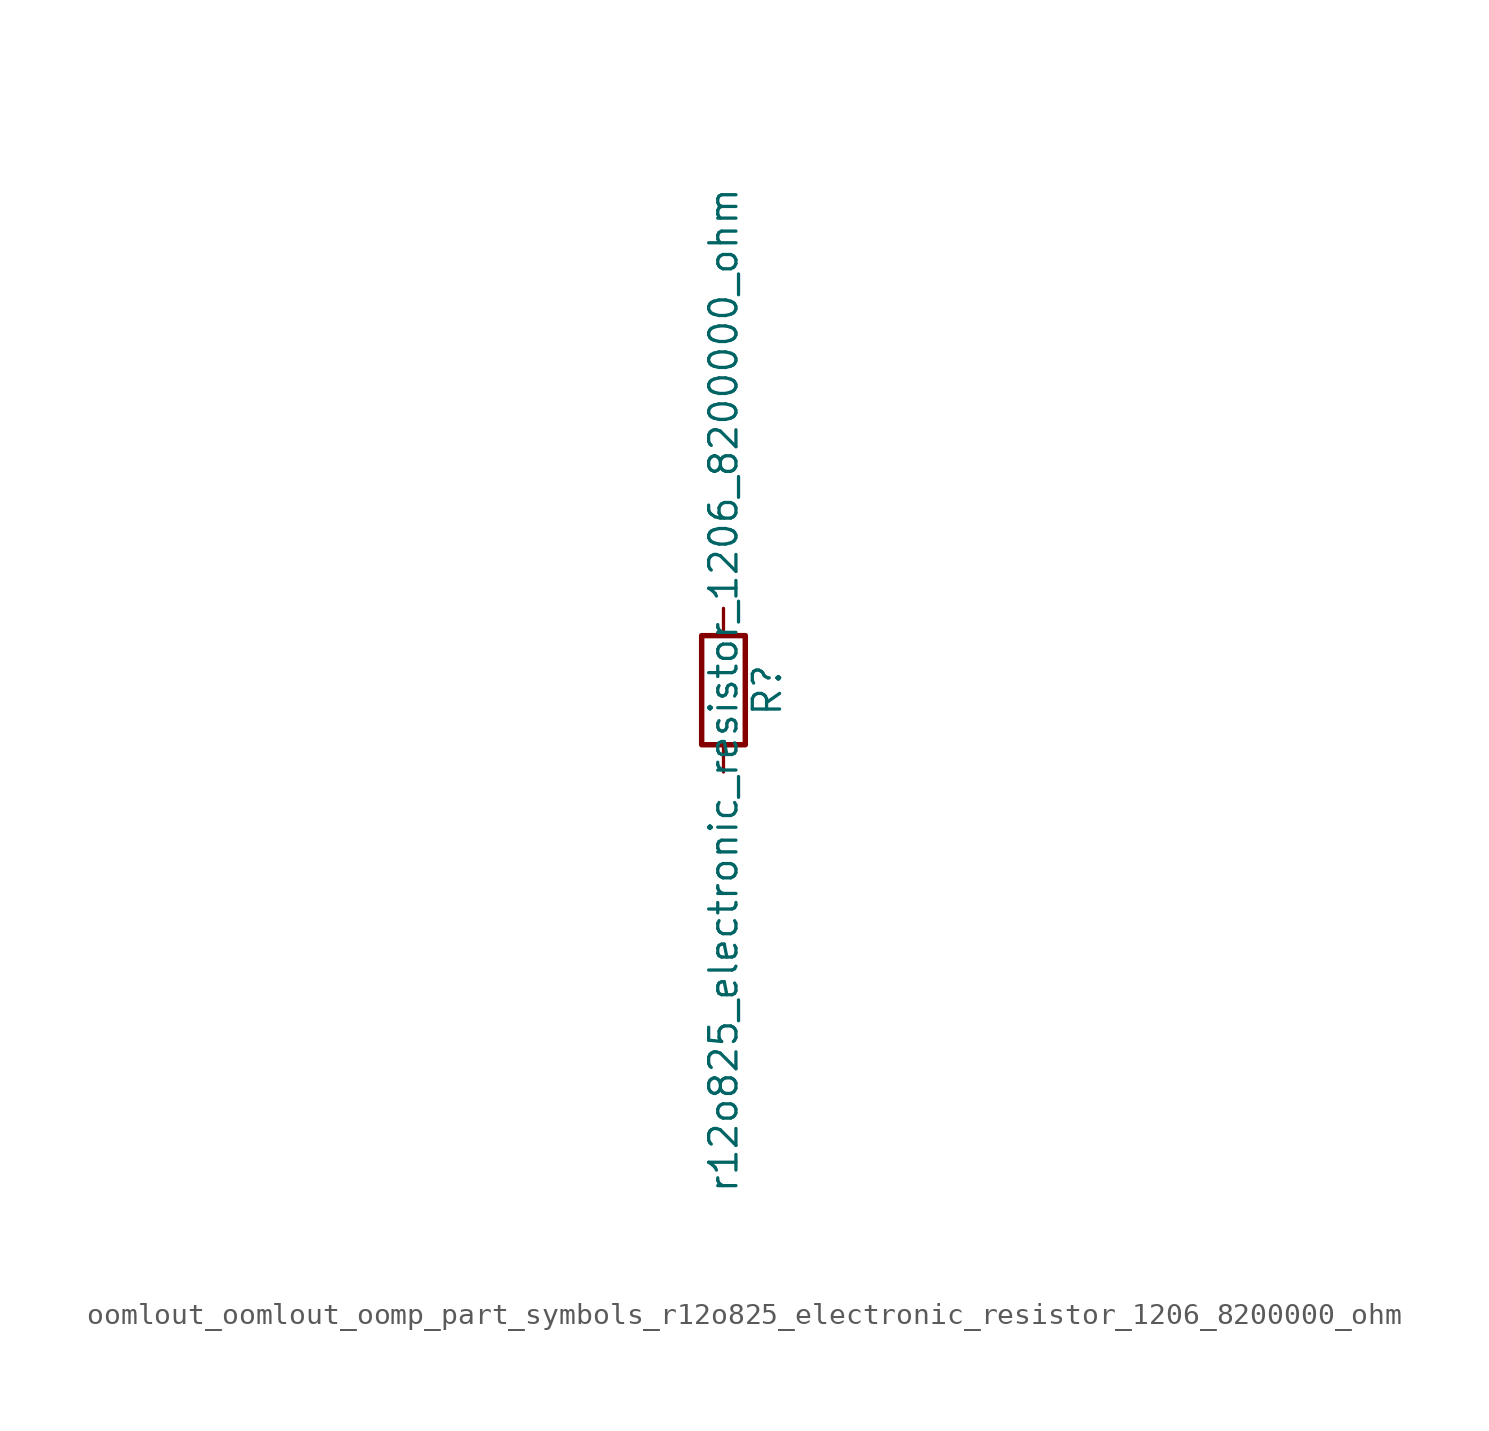
<source format=kicad_sym>
(kicad_symbol_lib
  (version 20220914)
  (generator kicad_symbol_editor)
  (symbol "oomlout_oomlout_oomp_part_symbols_r12o825_electronic_resistor_1206_8200000_ohm"
    (pin_numbers hide)
    (pin_names
      (offset 0))
    (property "Reference" "R"
      (at 2.032 0 90)
      (effects (font (size 1.27 1.27))))
    (property "Value" "r12o825_electronic_resistor_1206_8200000_ohm"
      (at 0 0 90)
      (effects (font (size 1.27 1.27))))
    (symbol "oomlout_oomlout_oomp_part_symbols_r12o825_electronic_resistor_1206_8200000_ohm_0_1"
      (rectangle (start -1.016 -2.54) (end 1.016 2.54) (stroke (width 0.254) (type default)) (fill (type none))))
    (symbol "oomlout_oomlout_oomp_part_symbols_r12o825_electronic_resistor_1206_8200000_ohm_1_1"
      (pin passive line (at 0 3.81 270) (length 1.27) (name "~" (effects (font (size 1.27 1.27)))) (number "1" (effects (font (size 1.27 1.27)))))
      (pin passive line (at 0 -3.81 90) (length 1.27) (name "~" (effects (font (size 1.27 1.27)))) (number "2" (effects (font (size 1.27 1.27))))))))
</source>
